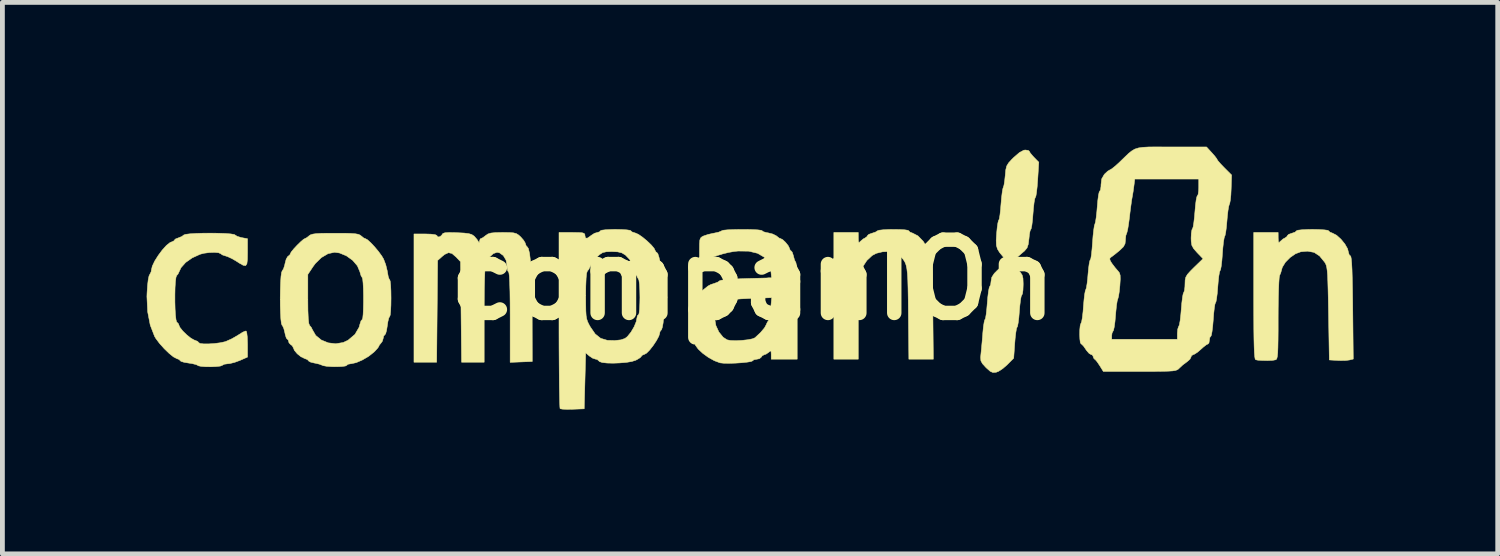
<source format=kicad_pcb>
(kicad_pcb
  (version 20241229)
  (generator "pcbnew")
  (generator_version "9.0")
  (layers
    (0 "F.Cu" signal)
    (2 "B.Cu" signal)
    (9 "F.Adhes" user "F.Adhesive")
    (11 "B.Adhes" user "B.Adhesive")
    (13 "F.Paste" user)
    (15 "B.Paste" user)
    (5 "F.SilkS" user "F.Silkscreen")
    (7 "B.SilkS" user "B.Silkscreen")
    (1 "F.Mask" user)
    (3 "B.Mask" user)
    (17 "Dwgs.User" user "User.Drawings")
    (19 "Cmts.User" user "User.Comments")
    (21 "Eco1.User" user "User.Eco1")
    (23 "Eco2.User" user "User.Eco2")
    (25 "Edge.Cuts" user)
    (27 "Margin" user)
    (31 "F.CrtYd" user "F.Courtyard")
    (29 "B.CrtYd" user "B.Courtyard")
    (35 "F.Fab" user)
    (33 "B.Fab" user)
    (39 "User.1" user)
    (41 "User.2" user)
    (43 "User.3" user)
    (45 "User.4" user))
  (footprint "companIOn"
    (layer "F.Cu")
    (at 12.606 2.768)
    (property "Reference" "companIOn" (at 0 0 0) (layer "F.SilkS") (effects (font (size 1.524 1.524) (thickness 0.3))))
    (attr through_hole)
    (fp_poly (pts (xy 3.061 -1.045) (xy 3.16 -1.039) (xy 3.224 -1.029) (xy 3.239 -1.019) (xy 3.265 -0.992) (xy 3.322 -0.97) (xy 3.432 -0.913) (xy 3.541 -0.801) (xy 3.641 -0.643) (xy 3.653 -0.619) (xy 3.674 -0.575) (xy 3.691 -0.532) (xy 3.704 -0.483) (xy 3.715 -0.421) (xy 3.722 -0.339) (xy 3.728 -0.229) (xy 3.732 -0.085) (xy 3.736 0.103) (xy 3.739 0.34) (xy 3.741 0.595) (xy 3.752 1.651) (xy 3.243 1.651) (xy 3.233 0.691) (xy 3.23 0.409) (xy 3.226 0.184) (xy 3.221 0.007) (xy 3.213 -0.129) (xy 3.201 -0.232) (xy 3.184 -0.31) (xy 3.16 -0.37) (xy 3.128 -0.42) (xy 3.087 -0.468) (xy 3.035 -0.52) (xy 3.034 -0.521) (xy 2.95 -0.568) (xy 2.829 -0.588) (xy 2.695 -0.582) (xy 2.567 -0.551) (xy 2.481 -0.506) (xy 2.37 -0.402) (xy 2.291 -0.282) (xy 2.255 -0.166) (xy 2.254 -0.147) (xy 2.244 -0.085) (xy 2.223 -0.064) (xy 2.212 -0.032) (xy 2.204 0.06) (xy 2.197 0.211) (xy 2.193 0.418) (xy 2.191 0.679) (xy 2.191 0.794) (xy 2.191 1.651) (xy 1.683 1.651) (xy 1.683 -0.984) (xy 2.191 -0.984) (xy 2.192 -0.865) (xy 2.195 -0.792) (xy 2.208 -0.773) (xy 2.231 -0.796) (xy 2.293 -0.849) (xy 2.326 -0.866) (xy 2.372 -0.898) (xy 2.381 -0.917) (xy 2.409 -0.944) (xy 2.475 -0.968) (xy 2.476 -0.968) (xy 2.549 -0.992) (xy 2.589 -1.018) (xy 2.626 -1.031) (xy 2.708 -1.04) (xy 2.818 -1.046) (xy 2.941 -1.047) (xy 3.061 -1.045)) (stroke (width 0.01) (type solid)) (fill yes) (layer "F.SilkS"))
    (fp_poly (pts (xy -5.067 -0.983) (xy -4.978 -0.976) (xy -4.918 -0.96) (xy -4.871 -0.93) (xy -4.827 -0.89) (xy -4.767 -0.821) (xy -4.733 -0.763) (xy -4.731 -0.75) (xy -4.712 -0.702) (xy -4.699 -0.693) (xy -4.669 -0.651) (xy -4.644 -0.546) (xy -4.624 -0.378) (xy -4.608 -0.149) (xy -4.597 0.142) (xy -4.591 0.493) (xy -4.59 0.746) (xy -4.588 1.699) (xy -4.818 1.708) (xy -5.048 1.717) (xy -5.048 0.779) (xy -5.049 0.483) (xy -5.052 0.24) (xy -5.058 0.052) (xy -5.065 -0.077) (xy -5.074 -0.147) (xy -5.08 -0.159) (xy -5.1 -0.187) (xy -5.111 -0.258) (xy -5.112 -0.289) (xy -5.133 -0.408) (xy -5.19 -0.504) (xy -5.271 -0.562) (xy -5.321 -0.571) (xy -5.397 -0.545) (xy -5.47 -0.479) (xy -5.517 -0.398) (xy -5.524 -0.355) (xy -5.537 -0.3) (xy -5.556 -0.286) (xy -5.566 -0.254) (xy -5.574 -0.161) (xy -5.58 -0.009) (xy -5.585 0.201) (xy -5.587 0.467) (xy -5.588 0.714) (xy -5.588 1.714) (xy -6.058 1.714) (xy -6.08 -0.377) (xy -6.173 -0.474) (xy -6.257 -0.547) (xy -6.33 -0.564) (xy -6.409 -0.528) (xy -6.461 -0.486) (xy -6.556 -0.402) (xy -6.566 0.656) (xy -6.576 1.714) (xy -7.048 1.714) (xy -7.048 -0.953) (xy -6.81 -0.953) (xy -6.69 -0.949) (xy -6.607 -0.938) (xy -6.572 -0.922) (xy -6.572 -0.921) (xy -6.552 -0.891) (xy -6.508 -0.896) (xy -6.469 -0.929) (xy -6.464 -0.94) (xy -6.445 -0.964) (xy -6.403 -0.978) (xy -6.326 -0.983) (xy -6.201 -0.981) (xy -6.151 -0.979) (xy -6.006 -0.972) (xy -5.909 -0.96) (xy -5.846 -0.941) (xy -5.801 -0.911) (xy -5.79 -0.901) (xy -5.736 -0.838) (xy -5.706 -0.79) (xy -5.691 -0.77) (xy -5.686 -0.802) (xy -5.671 -0.849) (xy -5.656 -0.857) (xy -5.615 -0.876) (xy -5.556 -0.921) (xy -5.509 -0.953) (xy -5.448 -0.972) (xy -5.356 -0.981) (xy -5.218 -0.984) (xy -5.203 -0.984) (xy -5.067 -0.983)) (stroke (width 0.01) (type solid)) (fill yes) (layer "F.SilkS"))
    (fp_poly (pts (xy 11.773 -1.045) (xy 11.883 -1.038) (xy 11.952 -1.029) (xy 11.97 -1.019) (xy 11.997 -0.992) (xy 12.05 -0.971) (xy 12.136 -0.927) (xy 12.227 -0.845) (xy 12.309 -0.745) (xy 12.366 -0.645) (xy 12.383 -0.575) (xy 12.4 -0.518) (xy 12.422 -0.5) (xy 12.434 -0.481) (xy 12.443 -0.431) (xy 12.451 -0.343) (xy 12.458 -0.213) (xy 12.463 -0.035) (xy 12.468 0.194) (xy 12.472 0.48) (xy 12.473 0.581) (xy 12.484 1.648) (xy 12.408 1.667) (xy 12.332 1.677) (xy 12.224 1.679) (xy 12.159 1.677) (xy 11.986 1.667) (xy 11.97 0.699) (xy 11.965 0.423) (xy 11.96 0.204) (xy 11.955 0.034) (xy 11.95 -0.095) (xy 11.942 -0.189) (xy 11.933 -0.256) (xy 11.921 -0.304) (xy 11.906 -0.339) (xy 11.89 -0.365) (xy 11.784 -0.495) (xy 11.67 -0.57) (xy 11.533 -0.595) (xy 11.395 -0.583) (xy 11.284 -0.542) (xy 11.171 -0.464) (xy 11.073 -0.365) (xy 11.01 -0.263) (xy 11 -0.231) (xy 10.976 -0.144) (xy 10.952 -0.088) (xy 10.944 -0.042) (xy 10.937 0.058) (xy 10.931 0.204) (xy 10.926 0.387) (xy 10.923 0.597) (xy 10.922 0.806) (xy 10.922 1.061) (xy 10.92 1.26) (xy 10.917 1.41) (xy 10.913 1.517) (xy 10.906 1.589) (xy 10.896 1.633) (xy 10.883 1.656) (xy 10.872 1.663) (xy 10.808 1.675) (xy 10.707 1.679) (xy 10.597 1.678) (xy 10.501 1.672) (xy 10.454 1.662) (xy 10.443 1.644) (xy 10.435 1.597) (xy 10.428 1.515) (xy 10.423 1.395) (xy 10.419 1.232) (xy 10.416 1.02) (xy 10.415 0.755) (xy 10.414 0.433) (xy 10.414 0.331) (xy 10.414 -0.984) (xy 10.922 -0.984) (xy 10.923 -0.865) (xy 10.927 -0.792) (xy 10.94 -0.773) (xy 10.963 -0.796) (xy 11.024 -0.849) (xy 11.057 -0.866) (xy 11.104 -0.898) (xy 11.113 -0.917) (xy 11.14 -0.944) (xy 11.206 -0.968) (xy 11.208 -0.968) (xy 11.274 -0.991) (xy 11.303 -1.018) (xy 11.303 -1.019) (xy 11.333 -1.031) (xy 11.412 -1.04) (xy 11.53 -1.046) (xy 11.636 -1.048) (xy 11.773 -1.045)) (stroke (width 0.01) (type solid)) (fill yes) (layer "F.SilkS"))
    (fp_poly (pts (xy 5.726 -2.69) (xy 5.747 -2.673) (xy 5.767 -2.637) (xy 5.819 -2.575) (xy 5.846 -2.546) (xy 5.945 -2.445) (xy 5.922 -2.08) (xy 5.911 -1.936) (xy 5.898 -1.819) (xy 5.885 -1.741) (xy 5.874 -1.715) (xy 5.861 -1.685) (xy 5.847 -1.605) (xy 5.834 -1.488) (xy 5.825 -1.381) (xy 5.814 -1.244) (xy 5.801 -1.135) (xy 5.787 -1.065) (xy 5.779 -1.048) (xy 5.764 -1.019) (xy 5.75 -0.944) (xy 5.741 -0.858) (xy 5.726 -0.739) (xy 5.7 -0.662) (xy 5.654 -0.607) (xy 5.65 -0.602) (xy 5.574 -0.537) (xy 5.486 -0.46) (xy 5.467 -0.444) (xy 5.363 -0.352) (xy 5.491 -0.227) (xy 5.56 -0.157) (xy 5.599 -0.099) (xy 5.616 -0.032) (xy 5.62 0.07) (xy 5.62 0.107) (xy 5.616 0.214) (xy 5.606 0.289) (xy 5.592 0.318) (xy 5.578 0.347) (xy 5.564 0.427) (xy 5.55 0.544) (xy 5.541 0.651) (xy 5.53 0.788) (xy 5.516 0.897) (xy 5.503 0.967) (xy 5.494 0.984) (xy 5.481 1.014) (xy 5.468 1.093) (xy 5.454 1.21) (xy 5.446 1.307) (xy 5.423 1.63) (xy 5.286 1.768) (xy 5.196 1.846) (xy 5.107 1.904) (xy 5.055 1.924) (xy 4.991 1.928) (xy 4.934 1.903) (xy 4.862 1.839) (xy 4.843 1.821) (xy 4.774 1.745) (xy 4.741 1.686) (xy 4.735 1.615) (xy 4.742 1.54) (xy 4.753 1.431) (xy 4.766 1.287) (xy 4.779 1.135) (xy 4.781 1.103) (xy 4.793 0.979) (xy 4.808 0.884) (xy 4.821 0.831) (xy 4.827 0.826) (xy 4.838 0.796) (xy 4.851 0.716) (xy 4.864 0.599) (xy 4.873 0.492) (xy 4.885 0.353) (xy 4.899 0.239) (xy 4.914 0.163) (xy 4.924 0.141) (xy 4.944 0.1) (xy 4.953 0.025) (xy 4.953 0.024) (xy 4.968 -0.054) (xy 5.019 -0.132) (xy 5.083 -0.197) (xy 5.159 -0.263) (xy 5.218 -0.307) (xy 5.241 -0.318) (xy 5.269 -0.339) (xy 5.259 -0.393) (xy 5.216 -0.464) (xy 5.203 -0.479) (xy 5.13 -0.567) (xy 5.085 -0.64) (xy 5.063 -0.717) (xy 5.059 -0.818) (xy 5.068 -0.962) (xy 5.068 -0.964) (xy 5.08 -1.087) (xy 5.094 -1.181) (xy 5.107 -1.233) (xy 5.112 -1.238) (xy 5.124 -1.268) (xy 5.137 -1.347) (xy 5.15 -1.464) (xy 5.158 -1.564) (xy 5.17 -1.703) (xy 5.184 -1.819) (xy 5.198 -1.897) (xy 5.206 -1.921) (xy 5.221 -1.967) (xy 5.235 -2.057) (xy 5.247 -2.17) (xy 5.258 -2.286) (xy 5.277 -2.365) (xy 5.316 -2.43) (xy 5.384 -2.505) (xy 5.423 -2.543) (xy 5.541 -2.645) (xy 5.632 -2.694) (xy 5.664 -2.699) (xy 5.726 -2.69)) (stroke (width 0.01) (type solid)) (fill yes) (layer "F.SilkS"))
    (fp_poly (pts (xy -11.112 -0.968) (xy -10.97 -0.963) (xy -10.857 -0.954) (xy -10.786 -0.942) (xy -10.77 -0.933) (xy -10.726 -0.905) (xy -10.647 -0.88) (xy -10.628 -0.876) (xy -10.509 -0.854) (xy -10.509 -0.57) (xy -10.511 -0.423) (xy -10.522 -0.333) (xy -10.548 -0.295) (xy -10.598 -0.301) (xy -10.678 -0.346) (xy -10.73 -0.38) (xy -10.83 -0.439) (xy -10.923 -0.482) (xy -10.96 -0.494) (xy -11.031 -0.517) (xy -11.066 -0.542) (xy -11.11 -0.562) (xy -11.196 -0.57) (xy -11.304 -0.566) (xy -11.415 -0.552) (xy -11.495 -0.531) (xy -11.659 -0.456) (xy -11.796 -0.36) (xy -11.891 -0.253) (xy -11.923 -0.186) (xy -11.955 -0.119) (xy -11.982 -0.088) (xy -11.997 -0.049) (xy -12.008 0.04) (xy -12.016 0.163) (xy -12.019 0.308) (xy -12.019 0.461) (xy -12.015 0.608) (xy -12.007 0.736) (xy -11.996 0.83) (xy -11.982 0.878) (xy -11.978 0.881) (xy -11.941 0.92) (xy -11.938 0.938) (xy -11.914 0.991) (xy -11.855 1.065) (xy -11.775 1.143) (xy -11.691 1.211) (xy -11.62 1.252) (xy -11.607 1.256) (xy -11.546 1.281) (xy -11.525 1.305) (xy -11.497 1.324) (xy -11.421 1.333) (xy -11.316 1.333) (xy -11.197 1.325) (xy -11.08 1.31) (xy -10.981 1.289) (xy -10.955 1.28) (xy -10.834 1.226) (xy -10.713 1.156) (xy -10.687 1.139) (xy -10.609 1.09) (xy -10.552 1.066) (xy -10.536 1.067) (xy -10.524 1.104) (xy -10.514 1.189) (xy -10.51 1.305) (xy -10.509 1.345) (xy -10.509 1.607) (xy -10.668 1.677) (xy -10.777 1.717) (xy -10.878 1.742) (xy -10.92 1.746) (xy -10.994 1.756) (xy -11.033 1.778) (xy -11.073 1.794) (xy -11.156 1.804) (xy -11.263 1.809) (xy -11.374 1.808) (xy -11.469 1.801) (xy -11.529 1.789) (xy -11.539 1.782) (xy -11.578 1.763) (xy -11.659 1.743) (xy -11.731 1.732) (xy -11.827 1.716) (xy -11.89 1.697) (xy -11.906 1.684) (xy -11.933 1.657) (xy -11.98 1.639) (xy -12.049 1.603) (xy -12.141 1.529) (xy -12.241 1.432) (xy -12.337 1.325) (xy -12.413 1.224) (xy -12.441 1.178) (xy -12.532 0.942) (xy -12.586 0.663) (xy -12.601 0.348) (xy -12.598 0.269) (xy -12.588 0.119) (xy -12.574 -0.002) (xy -12.557 -0.081) (xy -12.546 -0.103) (xy -12.514 -0.165) (xy -12.509 -0.197) (xy -12.49 -0.282) (xy -12.439 -0.39) (xy -12.365 -0.507) (xy -12.281 -0.62) (xy -12.195 -0.715) (xy -12.118 -0.776) (xy -12.073 -0.793) (xy -12.036 -0.812) (xy -12.033 -0.822) (xy -12.006 -0.849) (xy -11.946 -0.872) (xy -11.874 -0.901) (xy -11.836 -0.931) (xy -11.797 -0.945) (xy -11.708 -0.956) (xy -11.581 -0.964) (xy -11.431 -0.969) (xy -11.27 -0.97) (xy -11.112 -0.968)) (stroke (width 0.01) (type solid)) (fill yes) (layer "F.SilkS"))
    (fp_poly (pts (xy -2.724 -1.045) (xy -2.619 -1.038) (xy -2.554 -1.028) (xy -2.54 -1.02) (xy -2.513 -0.995) (xy -2.446 -0.973) (xy -2.444 -0.973) (xy -2.379 -0.944) (xy -2.293 -0.884) (xy -2.2 -0.807) (xy -2.116 -0.727) (xy -2.055 -0.655) (xy -2.032 -0.607) (xy -2.011 -0.573) (xy -2.002 -0.572) (xy -1.977 -0.544) (xy -1.954 -0.474) (xy -1.949 -0.452) (xy -1.928 -0.37) (xy -1.901 -0.318) (xy -1.896 -0.313) (xy -1.879 -0.273) (xy -1.864 -0.187) (xy -1.852 -0.072) (xy -1.851 -0.043) (xy -1.84 0.086) (xy -1.824 0.197) (xy -1.806 0.27) (xy -1.803 0.276) (xy -1.786 0.367) (xy -1.803 0.435) (xy -1.821 0.509) (xy -1.839 0.624) (xy -1.853 0.757) (xy -1.855 0.778) (xy -1.867 0.898) (xy -1.884 0.99) (xy -1.901 1.039) (xy -1.905 1.042) (xy -1.933 1.079) (xy -1.937 1.106) (xy -1.956 1.172) (xy -2.006 1.265) (xy -2.073 1.366) (xy -2.145 1.458) (xy -2.21 1.524) (xy -2.246 1.545) (xy -2.302 1.569) (xy -2.318 1.589) (xy -2.344 1.619) (xy -2.409 1.659) (xy -2.437 1.673) (xy -2.519 1.699) (xy -2.634 1.718) (xy -2.769 1.729) (xy -2.907 1.734) (xy -3.033 1.731) (xy -3.133 1.72) (xy -3.191 1.7) (xy -3.199 1.691) (xy -3.238 1.657) (xy -3.268 1.651) (xy -3.331 1.631) (xy -3.4 1.585) (xy -3.477 1.519) (xy -3.508 2.683) (xy -3.748 2.692) (xy -3.866 2.694) (xy -3.958 2.69) (xy -4.007 2.681) (xy -4.01 2.679) (xy -4.014 2.644) (xy -4.018 2.551) (xy -4.021 2.406) (xy -4.025 2.215) (xy -4.027 1.983) (xy -4.029 1.716) (xy -4.031 1.42) (xy -4.032 1.1) (xy -4.032 0.836) (xy -4.032 0.324) (xy -3.477 0.324) (xy -3.476 0.51) (xy -3.474 0.645) (xy -3.468 0.742) (xy -3.456 0.813) (xy -3.437 0.872) (xy -3.408 0.931) (xy -3.38 0.981) (xy -3.279 1.127) (xy -3.166 1.217) (xy -3.026 1.259) (xy -2.872 1.263) (xy -2.745 1.249) (xy -2.661 1.22) (xy -2.611 1.182) (xy -2.535 1.088) (xy -2.469 0.975) (xy -2.425 0.867) (xy -2.413 0.802) (xy -2.401 0.746) (xy -2.381 0.73) (xy -2.367 0.7) (xy -2.357 0.614) (xy -2.351 0.48) (xy -2.349 0.367) (xy -2.352 0.214) (xy -2.359 0.091) (xy -2.37 0.01) (xy -2.381 -0.016) (xy -2.407 -0.06) (xy -2.413 -0.106) (xy -2.434 -0.199) (xy -2.489 -0.312) (xy -2.564 -0.424) (xy -2.646 -0.51) (xy -2.65 -0.514) (xy -2.724 -0.559) (xy -2.811 -0.581) (xy -2.936 -0.587) (xy -2.936 -0.587) (xy -3.048 -0.583) (xy -3.123 -0.566) (xy -3.186 -0.526) (xy -3.242 -0.475) (xy -3.315 -0.393) (xy -3.368 -0.314) (xy -3.381 -0.285) (xy -3.413 -0.216) (xy -3.441 -0.184) (xy -3.457 -0.14) (xy -3.468 -0.034) (xy -3.475 0.135) (xy -3.477 0.324) (xy -4.032 0.324) (xy -4.032 -0.984) (xy -3.762 -0.984) (xy -3.631 -0.983) (xy -3.551 -0.978) (xy -3.51 -0.965) (xy -3.494 -0.942) (xy -3.493 -0.921) (xy -3.481 -0.868) (xy -3.442 -0.866) (xy -3.371 -0.916) (xy -3.365 -0.921) (xy -3.294 -0.967) (xy -3.234 -0.984) (xy -3.185 -0.999) (xy -3.175 -1.016) (xy -3.145 -1.031) (xy -3.06 -1.041) (xy -2.931 -1.047) (xy -2.857 -1.048) (xy -2.724 -1.045)) (stroke (width 0.01) (type solid)) (fill yes) (layer "F.SilkS"))
    (fp_poly (pts (xy -8.497 -0.968) (xy -8.36 -0.964) (xy -8.267 -0.957) (xy -8.206 -0.946) (xy -8.167 -0.929) (xy -8.147 -0.913) (xy -8.093 -0.87) (xy -8.061 -0.857) (xy -8.017 -0.834) (xy -7.948 -0.772) (xy -7.867 -0.686) (xy -7.786 -0.589) (xy -7.718 -0.496) (xy -7.68 -0.432) (xy -7.635 -0.314) (xy -7.603 -0.183) (xy -7.598 -0.151) (xy -7.582 -0.063) (xy -7.562 -0.009) (xy -7.552 0) (xy -7.542 0.03) (xy -7.533 0.111) (xy -7.527 0.231) (xy -7.525 0.377) (xy -7.525 0.381) (xy -7.527 0.528) (xy -7.533 0.649) (xy -7.541 0.731) (xy -7.552 0.762) (xy -7.552 0.762) (xy -7.57 0.791) (xy -7.589 0.866) (xy -7.602 0.953) (xy -7.618 1.053) (xy -7.637 1.122) (xy -7.653 1.143) (xy -7.678 1.17) (xy -7.684 1.204) (xy -7.705 1.277) (xy -7.731 1.313) (xy -7.77 1.361) (xy -7.779 1.384) (xy -7.8 1.417) (xy -7.853 1.476) (xy -7.882 1.505) (xy -7.992 1.592) (xy -8.122 1.668) (xy -8.25 1.723) (xy -8.356 1.746) (xy -8.362 1.746) (xy -8.423 1.757) (xy -8.445 1.778) (xy -8.474 1.793) (xy -8.548 1.803) (xy -8.649 1.807) (xy -8.759 1.806) (xy -8.86 1.799) (xy -8.933 1.786) (xy -8.954 1.778) (xy -9.016 1.754) (xy -9.106 1.733) (xy -9.12 1.731) (xy -9.197 1.712) (xy -9.237 1.69) (xy -9.239 1.685) (xy -9.266 1.658) (xy -9.321 1.637) (xy -9.397 1.601) (xy -9.475 1.538) (xy -9.534 1.468) (xy -9.557 1.412) (xy -9.582 1.367) (xy -9.604 1.354) (xy -9.647 1.311) (xy -9.652 1.287) (xy -9.667 1.244) (xy -9.681 1.238) (xy -9.703 1.21) (xy -9.725 1.139) (xy -9.732 1.103) (xy -9.754 1.015) (xy -9.781 0.955) (xy -9.791 0.946) (xy -9.805 0.906) (xy -9.816 0.816) (xy -9.823 0.688) (xy -9.828 0.536) (xy -9.829 0.371) (xy -9.826 0.207) (xy -9.821 0.056) (xy -9.813 -0.068) (xy -9.807 -0.111) (xy -9.255 -0.111) (xy -9.255 0.406) (xy -9.253 0.635) (xy -9.246 0.802) (xy -9.235 0.905) (xy -9.22 0.946) (xy -9.181 0.993) (xy -9.163 1.032) (xy -9.091 1.157) (xy -8.975 1.252) (xy -8.831 1.311) (xy -8.675 1.33) (xy -8.519 1.304) (xy -8.419 1.257) (xy -8.275 1.135) (xy -8.189 0.987) (xy -8.171 0.921) (xy -8.149 0.854) (xy -8.124 0.826) (xy -8.124 0.826) (xy -8.113 0.796) (xy -8.105 0.717) (xy -8.1 0.603) (xy -8.097 0.467) (xy -8.097 0.324) (xy -8.1 0.187) (xy -8.106 0.07) (xy -8.114 -0.012) (xy -8.124 -0.045) (xy -8.149 -0.086) (xy -8.171 -0.161) (xy -8.172 -0.166) (xy -8.225 -0.291) (xy -8.324 -0.406) (xy -8.454 -0.499) (xy -8.598 -0.558) (xy -8.7 -0.572) (xy -8.835 -0.543) (xy -8.973 -0.462) (xy -9.098 -0.34) (xy -9.146 -0.275) (xy -9.255 -0.111) (xy -9.807 -0.111) (xy -9.801 -0.153) (xy -9.788 -0.185) (xy -9.76 -0.229) (xy -9.735 -0.31) (xy -9.729 -0.34) (xy -9.706 -0.426) (xy -9.675 -0.482) (xy -9.664 -0.489) (xy -9.624 -0.525) (xy -9.62 -0.541) (xy -9.599 -0.58) (xy -9.546 -0.645) (xy -9.476 -0.72) (xy -9.403 -0.791) (xy -9.344 -0.842) (xy -9.316 -0.857) (xy -9.277 -0.876) (xy -9.231 -0.913) (xy -9.199 -0.935) (xy -9.152 -0.95) (xy -9.08 -0.96) (xy -8.972 -0.966) (xy -8.819 -0.968) (xy -8.686 -0.968) (xy -8.497 -0.968)) (stroke (width 0.01) (type solid)) (fill yes) (layer "F.SilkS"))
    (fp_poly (pts (xy -0.136 -1.047) (xy -0.005 -1.044) (xy 0.103 -1.038) (xy 0.172 -1.029) (xy 0.191 -1.02) (xy 0.219 -0.999) (xy 0.289 -0.98) (xy 0.317 -0.976) (xy 0.411 -0.952) (xy 0.484 -0.916) (xy 0.494 -0.908) (xy 0.547 -0.867) (xy 0.575 -0.857) (xy 0.62 -0.834) (xy 0.679 -0.778) (xy 0.733 -0.711) (xy 0.761 -0.655) (xy 0.762 -0.646) (xy 0.78 -0.607) (xy 0.792 -0.603) (xy 0.817 -0.575) (xy 0.84 -0.507) (xy 0.844 -0.492) (xy 0.865 -0.413) (xy 0.889 -0.366) (xy 0.893 -0.363) (xy 0.9 -0.328) (xy 0.906 -0.237) (xy 0.911 -0.099) (xy 0.916 0.08) (xy 0.919 0.291) (xy 0.921 0.527) (xy 0.921 0.653) (xy 0.921 1.651) (xy 0.381 1.651) (xy 0.381 1.553) (xy 0.378 1.489) (xy 0.361 1.48) (xy 0.331 1.506) (xy 0.273 1.546) (xy 0.239 1.556) (xy 0.192 1.581) (xy 0.179 1.603) (xy 0.137 1.64) (xy 0.083 1.651) (xy 0.019 1.663) (xy -0.006 1.685) (xy -0.04 1.7) (xy -0.122 1.713) (xy -0.234 1.725) (xy -0.362 1.733) (xy -0.489 1.737) (xy -0.598 1.736) (xy -0.675 1.728) (xy -0.683 1.727) (xy -0.803 1.682) (xy -0.928 1.612) (xy -1.044 1.528) (xy -1.137 1.441) (xy -1.195 1.362) (xy -1.206 1.319) (xy -1.231 1.271) (xy -1.246 1.262) (xy -1.263 1.226) (xy -1.276 1.143) (xy -1.284 1.026) (xy -1.288 0.892) (xy -1.287 0.811) (xy -0.794 0.811) (xy -0.77 0.95) (xy -0.708 1.085) (xy -0.62 1.194) (xy -0.538 1.248) (xy -0.467 1.262) (xy -0.358 1.266) (xy -0.232 1.26) (xy -0.11 1.247) (xy -0.011 1.228) (xy 0.042 1.206) (xy 0.158 1.098) (xy 0.24 1.001) (xy 0.275 0.937) (xy 0.302 0.877) (xy 0.321 0.856) (xy 0.337 0.818) (xy 0.353 0.734) (xy 0.368 0.621) (xy 0.369 0.606) (xy 0.391 0.372) (xy -0.049 0.387) (xy -0.255 0.397) (xy -0.399 0.41) (xy -0.48 0.426) (xy -0.501 0.439) (xy -0.536 0.474) (xy -0.548 0.476) (xy -0.601 0.499) (xy -0.664 0.553) (xy -0.714 0.615) (xy -0.73 0.656) (xy -0.749 0.695) (xy -0.762 0.699) (xy -0.783 0.726) (xy -0.793 0.795) (xy -0.794 0.811) (xy -1.287 0.811) (xy -1.286 0.756) (xy -1.281 0.633) (xy -1.27 0.538) (xy -1.254 0.487) (xy -1.25 0.483) (xy -1.213 0.437) (xy -1.193 0.39) (xy -1.155 0.325) (xy -1.087 0.253) (xy -1.07 0.239) (xy -0.996 0.18) (xy -0.94 0.135) (xy -0.931 0.128) (xy -0.874 0.098) (xy -0.804 0.076) (xy -0.732 0.049) (xy -0.693 0.021) (xy -0.655 0.009) (xy -0.562 -0.003) (xy -0.423 -0.014) (xy -0.247 -0.022) (xy -0.142 -0.026) (xy 0.388 -0.04) (xy 0.373 -0.196) (xy 0.33 -0.35) (xy 0.237 -0.469) (xy 0.097 -0.551) (xy -0.086 -0.595) (xy -0.307 -0.598) (xy -0.391 -0.589) (xy -0.505 -0.569) (xy -0.63 -0.538) (xy -0.748 -0.502) (xy -0.84 -0.467) (xy -0.889 -0.439) (xy -0.891 -0.437) (xy -0.931 -0.415) (xy -1.006 -0.394) (xy -1.01 -0.393) (xy -1.111 -0.373) (xy -1.111 -0.623) (xy -1.11 -0.749) (xy -1.104 -0.826) (xy -1.087 -0.87) (xy -1.057 -0.896) (xy -1.024 -0.912) (xy -0.935 -0.942) (xy -0.825 -0.967) (xy -0.801 -0.971) (xy -0.714 -0.99) (xy -0.657 -1.013) (xy -0.648 -1.02) (xy -0.612 -1.031) (xy -0.529 -1.039) (xy -0.412 -1.044) (xy -0.276 -1.047) (xy -0.136 -1.047)) (stroke (width 0.01) (type solid)) (fill yes) (layer "F.SilkS"))
    (fp_poly (pts (xy 8.603 -2.762) (xy 8.704 -2.762) (xy 9.433 -2.762) (xy 9.542 -2.643) (xy 9.605 -2.571) (xy 9.645 -2.518) (xy 9.652 -2.503) (xy 9.673 -2.471) (xy 9.727 -2.409) (xy 9.803 -2.33) (xy 9.954 -2.179) (xy 9.945 -1.894) (xy 9.939 -1.763) (xy 9.928 -1.656) (xy 9.915 -1.588) (xy 9.909 -1.575) (xy 9.895 -1.53) (xy 9.879 -1.437) (xy 9.865 -1.312) (xy 9.858 -1.23) (xy 9.846 -1.096) (xy 9.832 -0.988) (xy 9.818 -0.92) (xy 9.81 -0.905) (xy 9.799 -0.869) (xy 9.785 -0.783) (xy 9.772 -0.661) (xy 9.763 -0.54) (xy 9.752 -0.4) (xy 9.739 -0.286) (xy 9.725 -0.212) (xy 9.715 -0.191) (xy 9.703 -0.161) (xy 9.689 -0.081) (xy 9.676 0.036) (xy 9.667 0.143) (xy 9.656 0.28) (xy 9.642 0.389) (xy 9.629 0.459) (xy 9.62 0.476) (xy 9.608 0.506) (xy 9.595 0.586) (xy 9.582 0.704) (xy 9.573 0.826) (xy 9.561 0.966) (xy 9.547 1.079) (xy 9.533 1.153) (xy 9.522 1.175) (xy 9.5 1.202) (xy 9.493 1.254) (xy 9.483 1.314) (xy 9.464 1.333) (xy 9.425 1.354) (xy 9.36 1.405) (xy 9.316 1.445) (xy 9.241 1.509) (xy 9.178 1.549) (xy 9.155 1.556) (xy 9.117 1.581) (xy 9.112 1.603) (xy 9.088 1.651) (xy 9.028 1.704) (xy 9.025 1.706) (xy 8.938 1.771) (xy 8.87 1.834) (xy 8.848 1.856) (xy 8.821 1.873) (xy 8.783 1.886) (xy 8.724 1.895) (xy 8.637 1.9) (xy 8.514 1.903) (xy 8.347 1.905) (xy 8.126 1.905) (xy 8.045 1.905) (xy 7.286 1.905) (xy 7.207 1.778) (xy 7.156 1.703) (xy 7.116 1.657) (xy 7.105 1.651) (xy 7.083 1.625) (xy 7.08 1.603) (xy 7.056 1.561) (xy 7.035 1.556) (xy 6.991 1.531) (xy 6.937 1.469) (xy 6.921 1.445) (xy 6.872 1.375) (xy 6.832 1.336) (xy 6.824 1.333) (xy 6.808 1.305) (xy 6.799 1.233) (xy 6.795 1.138) (xy 6.797 1.039) (xy 6.805 0.957) (xy 6.819 0.91) (xy 6.822 0.907) (xy 6.836 0.87) (xy 6.851 0.784) (xy 6.865 0.662) (xy 6.873 0.556) (xy 6.885 0.417) (xy 6.898 0.303) (xy 6.912 0.229) (xy 6.921 0.207) (xy 6.934 0.17) (xy 6.948 0.085) (xy 6.962 -0.034) (xy 6.968 -0.111) (xy 6.98 -0.24) (xy 6.994 -0.342) (xy 7.008 -0.402) (xy 7.015 -0.413) (xy 7.026 -0.439) (xy 7.418 -0.439) (xy 7.432 -0.393) (xy 7.466 -0.339) (xy 7.529 -0.256) (xy 7.588 -0.187) (xy 7.593 -0.182) (xy 7.622 -0.144) (xy 7.637 -0.092) (xy 7.639 -0.011) (xy 7.631 0.118) (xy 7.631 0.12) (xy 7.619 0.241) (xy 7.604 0.338) (xy 7.59 0.393) (xy 7.588 0.397) (xy 7.575 0.441) (xy 7.561 0.532) (xy 7.548 0.656) (xy 7.541 0.738) (xy 7.529 0.872) (xy 7.514 0.981) (xy 7.499 1.049) (xy 7.49 1.065) (xy 7.468 1.108) (xy 7.461 1.161) (xy 7.461 1.238) (xy 8.826 1.238) (xy 8.826 1.113) (xy 8.833 1.029) (xy 8.85 0.976) (xy 8.855 0.97) (xy 8.869 0.933) (xy 8.884 0.847) (xy 8.898 0.725) (xy 8.907 0.619) (xy 8.919 0.479) (xy 8.933 0.365) (xy 8.947 0.29) (xy 8.957 0.268) (xy 8.973 0.228) (xy 8.983 0.147) (xy 8.985 0.089) (xy 8.988 0.006) (xy 9.002 -0.055) (xy 9.036 -0.113) (xy 9.101 -0.185) (xy 9.172 -0.256) (xy 9.36 -0.438) (xy 9.236 -0.567) (xy 9.164 -0.649) (xy 9.127 -0.717) (xy 9.114 -0.8) (xy 9.112 -0.87) (xy 9.117 -0.969) (xy 9.129 -1.04) (xy 9.14 -1.061) (xy 9.154 -1.098) (xy 9.168 -1.185) (xy 9.182 -1.306) (xy 9.191 -1.412) (xy 9.203 -1.549) (xy 9.217 -1.659) (xy 9.232 -1.728) (xy 9.242 -1.746) (xy 9.258 -1.775) (xy 9.268 -1.849) (xy 9.271 -1.921) (xy 9.271 -2.095) (xy 7.941 -2.095) (xy 7.922 -1.945) (xy 7.907 -1.836) (xy 7.891 -1.74) (xy 7.886 -1.714) (xy 7.875 -1.65) (xy 7.86 -1.54) (xy 7.842 -1.402) (xy 7.832 -1.312) (xy 7.814 -1.175) (xy 7.796 -1.061) (xy 7.779 -0.987) (xy 7.771 -0.965) (xy 7.755 -0.921) (xy 7.747 -0.841) (xy 7.747 -0.827) (xy 7.738 -0.749) (xy 7.703 -0.685) (xy 7.628 -0.613) (xy 7.615 -0.602) (xy 7.533 -0.535) (xy 7.465 -0.483) (xy 7.44 -0.466) (xy 7.418 -0.439) (xy 7.026 -0.439) (xy 7.027 -0.442) (xy 7.04 -0.523) (xy 7.052 -0.641) (xy 7.062 -0.769) (xy 7.073 -0.915) (xy 7.087 -1.038) (xy 7.1 -1.125) (xy 7.111 -1.158) (xy 7.124 -1.202) (xy 7.138 -1.294) (xy 7.152 -1.419) (xy 7.16 -1.516) (xy 7.172 -1.651) (xy 7.186 -1.759) (xy 7.201 -1.826) (xy 7.211 -1.841) (xy 7.228 -1.87) (xy 7.238 -1.941) (xy 7.239 -1.98) (xy 7.253 -2.098) (xy 7.304 -2.187) (xy 7.317 -2.202) (xy 7.377 -2.258) (xy 7.422 -2.285) (xy 7.426 -2.286) (xy 7.462 -2.307) (xy 7.53 -2.361) (xy 7.616 -2.438) (xy 7.631 -2.453) (xy 7.73 -2.549) (xy 7.808 -2.624) (xy 7.875 -2.678) (xy 7.94 -2.717) (xy 8.014 -2.741) (xy 8.108 -2.755) (xy 8.23 -2.762) (xy 8.392 -2.763) (xy 8.603 -2.762)) (stroke (width 0.01) (type solid)) (fill yes) (layer "F.SilkS")))
  (gr_rect
    (start -3 -3)
    (end 28.094 8.467)
    (stroke (width 0.1) (type default))
    (fill no)
    (layer "Edge.Cuts")))
</source>
